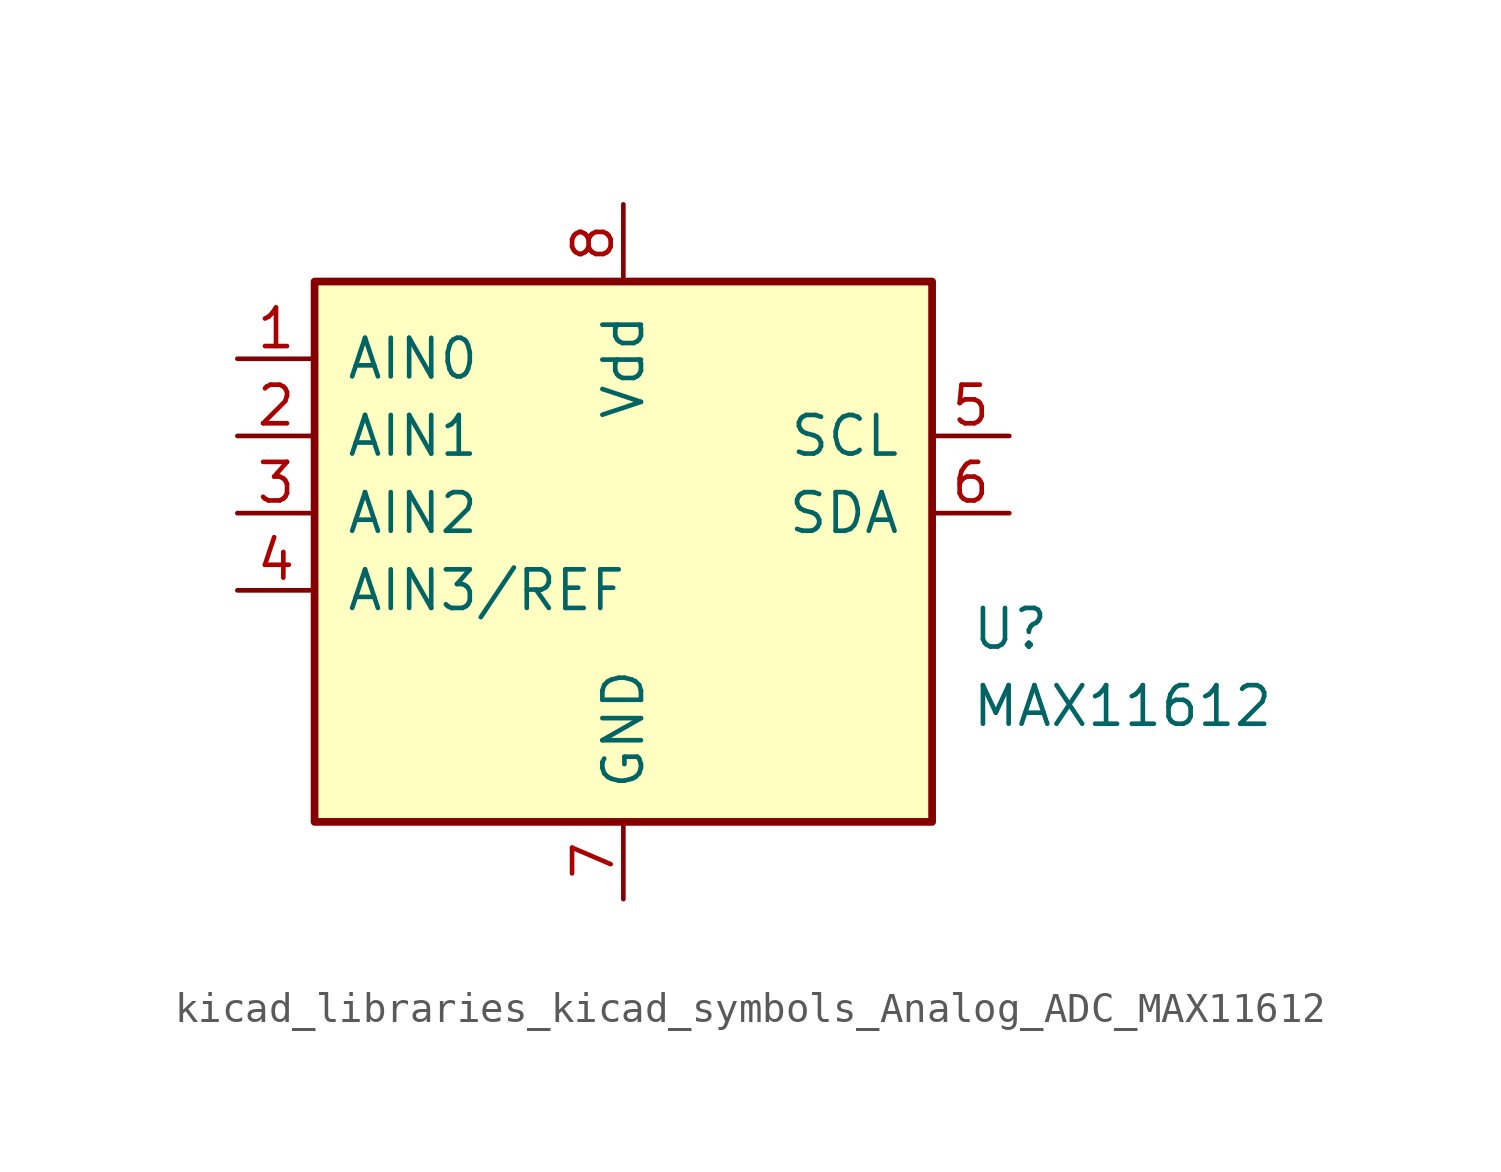
<source format=kicad_sym>
(kicad_symbol_lib
  (version 20220914)
  (generator kicad_symbol_editor)
  (symbol "kicad_libraries_kicad_symbols_Analog_ADC_MAX11612"
    (pin_names
      (offset 1.016))
    (property "Reference" "U"
      (at 11.43 -3.81 0)
      (effects (font (size 1.27 1.27)) (justify left)))
    (property "Value" "MAX11612"
      (at 11.43 -6.35 0)
      (effects (font (size 1.27 1.27)) (justify left)))
    (symbol "kicad_libraries_kicad_symbols_Analog_ADC_MAX11612_0_1"
      (rectangle (start -10.16 7.62) (end 10.16 -10.16) (stroke (width 0.254) (type default)) (fill (type background))))
    (symbol "kicad_libraries_kicad_symbols_Analog_ADC_MAX11612_1_1"
      (pin input line (at -12.7 5.08 0) (length 2.54) (name "AIN0" (effects (font (size 1.27 1.27)))) (number "1" (effects (font (size 1.27 1.27)))))
      (pin input line (at -12.7 2.54 0) (length 2.54) (name "AIN1" (effects (font (size 1.27 1.27)))) (number "2" (effects (font (size 1.27 1.27)))))
      (pin input line (at -12.7 0 0) (length 2.54) (name "AIN2" (effects (font (size 1.27 1.27)))) (number "3" (effects (font (size 1.27 1.27)))))
      (pin input line (at -12.7 -2.54 0) (length 2.54) (name "AIN3/REF" (effects (font (size 1.27 1.27)))) (number "4" (effects (font (size 1.27 1.27)))))
      (pin input line (at 12.7 2.54 180) (length 2.54) (name "SCL" (effects (font (size 1.27 1.27)))) (number "5" (effects (font (size 1.27 1.27)))))
      (pin bidirectional line (at 12.7 0 180) (length 2.54) (name "SDA" (effects (font (size 1.27 1.27)))) (number "6" (effects (font (size 1.27 1.27)))))
      (pin power_in line (at 0 -12.7 90) (length 2.54) (name "GND" (effects (font (size 1.27 1.27)))) (number "7" (effects (font (size 1.27 1.27)))))
      (pin power_in line (at 0 10.16 270) (length 2.54) (name "Vdd" (effects (font (size 1.27 1.27)))) (number "8" (effects (font (size 1.27 1.27))))))))
</source>
